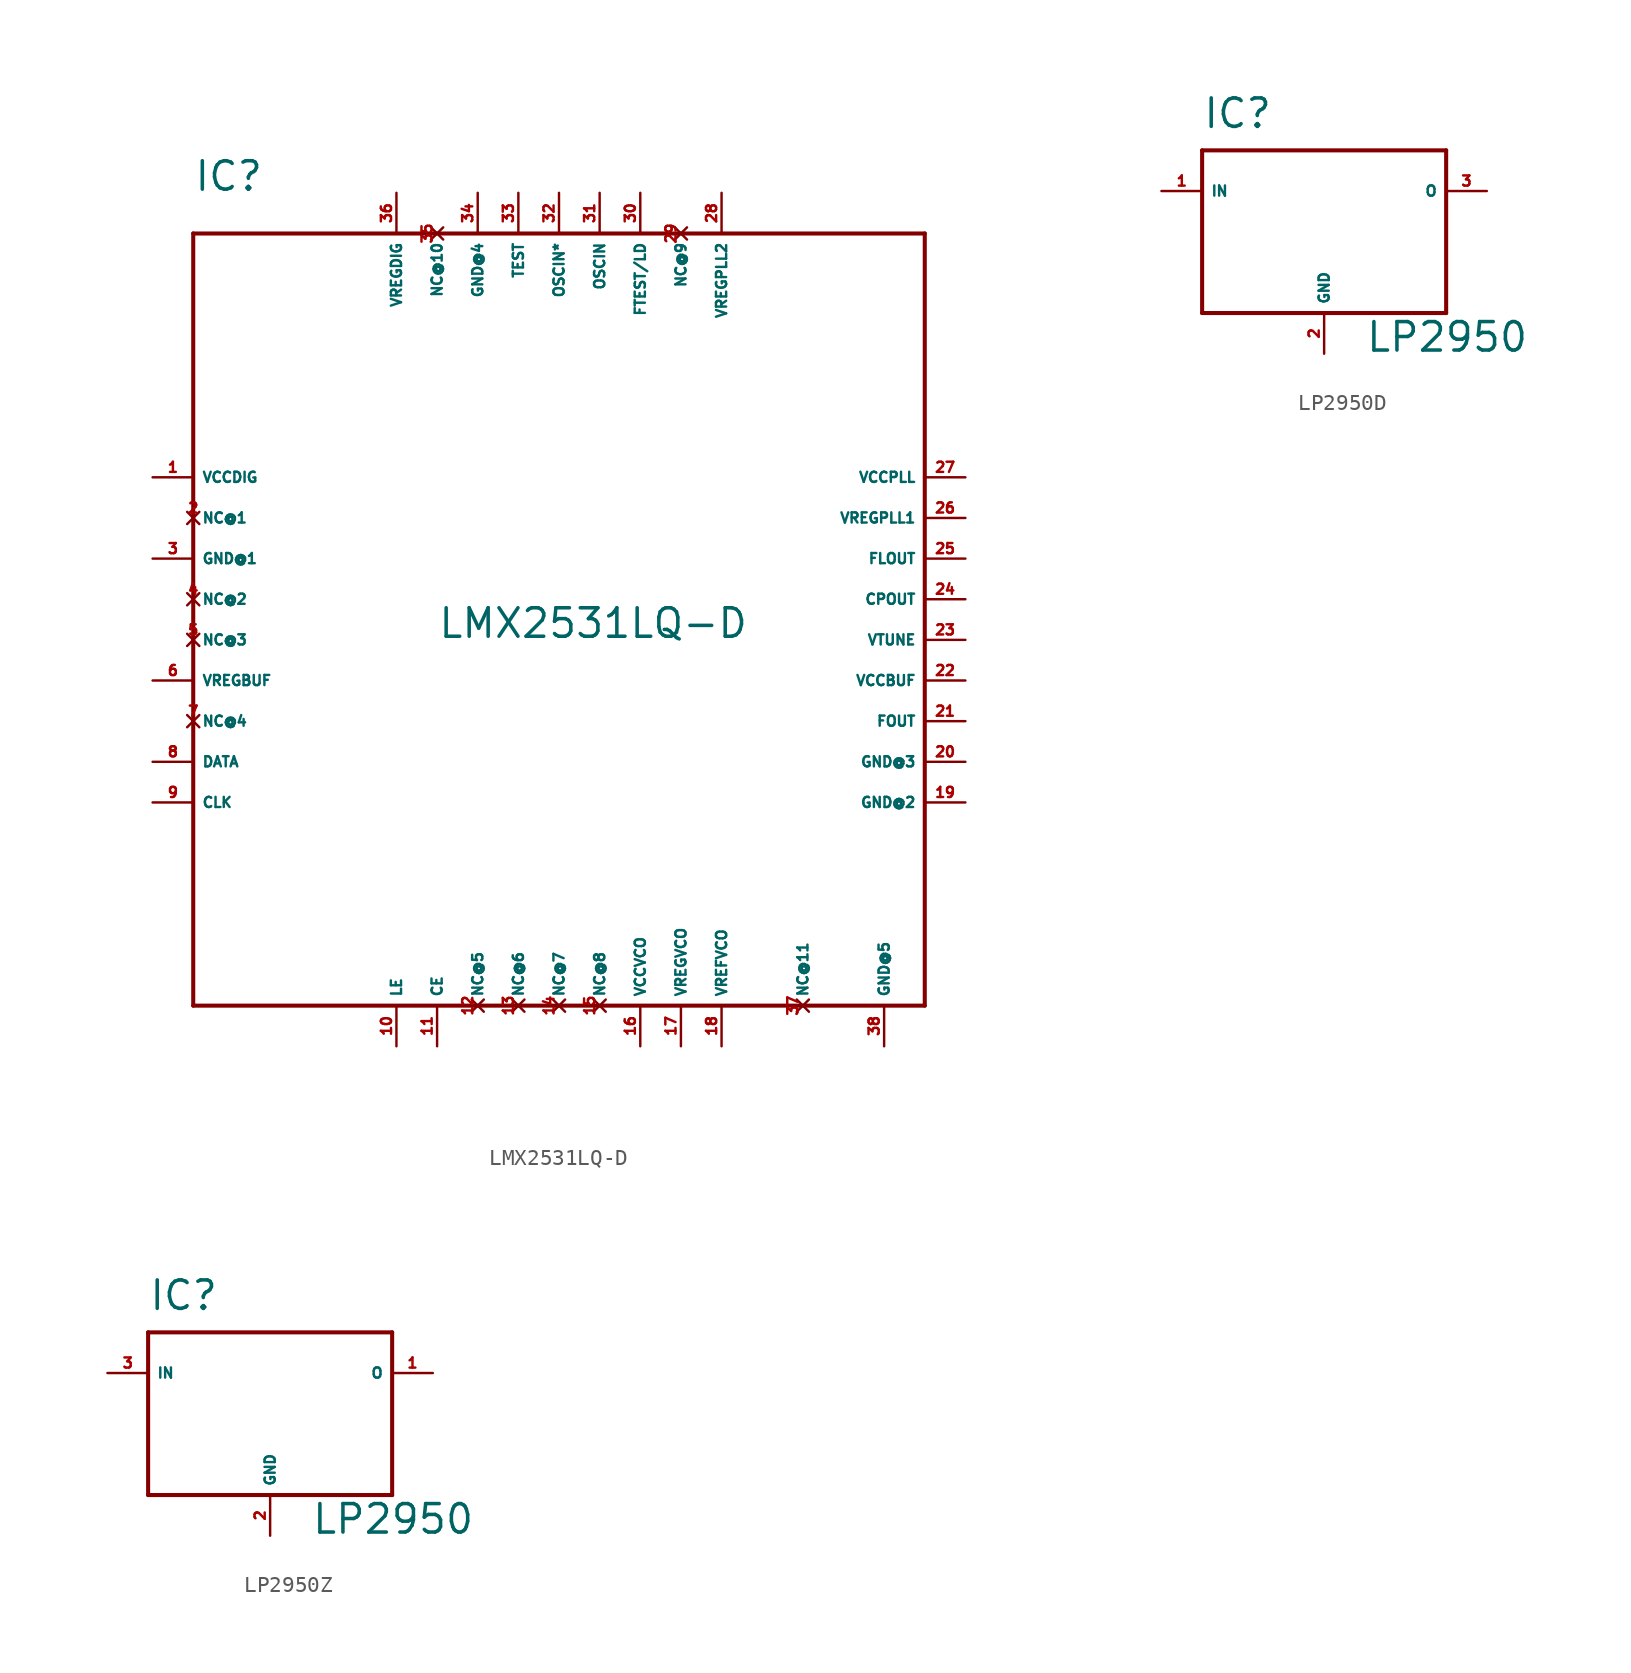
<source format=kicad_sym>
(kicad_symbol_lib
  (version 20220914)
  (generator Eagle2Kicad)
  (symbol "LMX2531LQ-D"
    (property "Reference" "IC"
      (at -22.86 27.94 0)
      (effects (font (size 1.778 1.778) (thickness 0.22)) (justify left bottom)))
    (property "Value" "LMX2531LQ-D"
      (at -7.62 0 0)
      (effects (font (size 1.778 1.778) (thickness 0.22)) (justify left bottom)))
    (polyline
      (pts (xy -22.86 25.4) (xy 22.86 25.4))
      (stroke (width 0.254) (type default))
      (fill (type none)))
    (polyline
      (pts (xy 22.86 25.4) (xy 22.86 -22.86))
      (stroke (width 0.254) (type default))
      (fill (type none)))
    (polyline
      (pts (xy 22.86 -22.86) (xy -22.86 -22.86))
      (stroke (width 0.254) (type default))
      (fill (type none)))
    (polyline
      (pts (xy -22.86 -22.86) (xy -22.86 25.4))
      (stroke (width 0.254) (type default))
      (fill (type none)))
    (pin unspecified line
      (at -25.4 10.16 0)
      (length 2.54)
      (name "VCCDIG" (effects (font (size 0.635 0.635) (thickness 0.08)) (justify left bottom)))
      (number "1" (effects (font (size 0.635 0.635) (thickness 0.08)) (justify left bottom))))
    (pin no_connect line
      (at -22.86 7.62 0)
      (length 0)
      (name "NC@1" (effects (font (size 0.635 0.635) (thickness 0.08)) (justify left bottom) hide))
      (number "2" (effects (font (size 0.635 0.635) (thickness 0.08)) (justify left bottom) hide)))
    (pin no_connect line
      (at -22.86 2.54 0)
      (length 0)
      (name "NC@2" (effects (font (size 0.635 0.635) (thickness 0.08)) (justify left bottom) hide))
      (number "4" (effects (font (size 0.635 0.635) (thickness 0.08)) (justify left bottom) hide)))
    (pin no_connect line
      (at -22.86 0 0)
      (length 0)
      (name "NC@3" (effects (font (size 0.635 0.635) (thickness 0.08)) (justify left bottom) hide))
      (number "5" (effects (font (size 0.635 0.635) (thickness 0.08)) (justify left bottom) hide)))
    (pin no_connect line
      (at -22.86 -5.08 0)
      (length 0)
      (name "NC@4" (effects (font (size 0.635 0.635) (thickness 0.08)) (justify left bottom) hide))
      (number "7" (effects (font (size 0.635 0.635) (thickness 0.08)) (justify left bottom) hide)))
    (pin no_connect line
      (at -5.08 -22.86 90)
      (length 0)
      (name "NC@5" (effects (font (size 0.635 0.635) (thickness 0.08)) (justify left bottom) hide))
      (number "12" (effects (font (size 0.635 0.635) (thickness 0.08)) (justify left bottom) hide)))
    (pin no_connect line
      (at -2.54 -22.86 90)
      (length 0)
      (name "NC@6" (effects (font (size 0.635 0.635) (thickness 0.08)) (justify left bottom) hide))
      (number "13" (effects (font (size 0.635 0.635) (thickness 0.08)) (justify left bottom) hide)))
    (pin no_connect line
      (at 0 -22.86 90)
      (length 0)
      (name "NC@7" (effects (font (size 0.635 0.635) (thickness 0.08)) (justify left bottom) hide))
      (number "14" (effects (font (size 0.635 0.635) (thickness 0.08)) (justify left bottom) hide)))
    (pin no_connect line
      (at 2.54 -22.86 90)
      (length 0)
      (name "NC@8" (effects (font (size 0.635 0.635) (thickness 0.08)) (justify left bottom) hide))
      (number "15" (effects (font (size 0.635 0.635) (thickness 0.08)) (justify left bottom) hide)))
    (pin no_connect line
      (at 7.62 25.4 270)
      (length 0)
      (name "NC@9" (effects (font (size 0.635 0.635) (thickness 0.08)) (justify left bottom) hide))
      (number "29" (effects (font (size 0.635 0.635) (thickness 0.08)) (justify left bottom) hide)))
    (pin no_connect line
      (at -7.62 25.4 270)
      (length 0)
      (name "NC@10" (effects (font (size 0.635 0.635) (thickness 0.08)) (justify left bottom) hide))
      (number "35" (effects (font (size 0.635 0.635) (thickness 0.08)) (justify left bottom) hide)))
    (pin unspecified line
      (at -25.4 5.08 0)
      (length 2.54)
      (name "GND@1" (effects (font (size 0.635 0.635) (thickness 0.08)) (justify left bottom)))
      (number "3" (effects (font (size 0.635 0.635) (thickness 0.08)) (justify left bottom))))
    (pin unspecified line
      (at 25.4 -10.16 180)
      (length 2.54)
      (name "GND@2" (effects (font (size 0.635 0.635) (thickness 0.08)) (justify left bottom)))
      (number "19" (effects (font (size 0.635 0.635) (thickness 0.08)) (justify left bottom))))
    (pin unspecified line
      (at 25.4 -7.62 180)
      (length 2.54)
      (name "GND@3" (effects (font (size 0.635 0.635) (thickness 0.08)) (justify left bottom)))
      (number "20" (effects (font (size 0.635 0.635) (thickness 0.08)) (justify left bottom))))
    (pin unspecified line
      (at -5.08 27.94 270)
      (length 2.54)
      (name "GND@4" (effects (font (size 0.635 0.635) (thickness 0.08)) (justify left bottom)))
      (number "34" (effects (font (size 0.635 0.635) (thickness 0.08)) (justify left bottom))))
    (pin input line
      (at -25.4 -2.54 0)
      (length 2.54)
      (name "VREGBUF" (effects (font (size 0.635 0.635) (thickness 0.08)) (justify left bottom)))
      (number "6" (effects (font (size 0.635 0.635) (thickness 0.08)) (justify left bottom))))
    (pin input line
      (at -25.4 -7.62 0)
      (length 2.54)
      (name "DATA" (effects (font (size 0.635 0.635) (thickness 0.08)) (justify left bottom)))
      (number "8" (effects (font (size 0.635 0.635) (thickness 0.08)) (justify left bottom))))
    (pin input line
      (at -25.4 -10.16 0)
      (length 2.54)
      (name "CLK" (effects (font (size 0.635 0.635) (thickness 0.08)) (justify left bottom)))
      (number "9" (effects (font (size 0.635 0.635) (thickness 0.08)) (justify left bottom))))
    (pin input line
      (at -10.16 -25.4 90)
      (length 2.54)
      (name "LE" (effects (font (size 0.635 0.635) (thickness 0.08)) (justify left bottom)))
      (number "10" (effects (font (size 0.635 0.635) (thickness 0.08)) (justify left bottom))))
    (pin input line
      (at -7.62 -25.4 90)
      (length 2.54)
      (name "CE" (effects (font (size 0.635 0.635) (thickness 0.08)) (justify left bottom)))
      (number "11" (effects (font (size 0.635 0.635) (thickness 0.08)) (justify left bottom))))
    (pin input line
      (at 5.08 -25.4 90)
      (length 2.54)
      (name "VCCVCO" (effects (font (size 0.635 0.635) (thickness 0.08)) (justify left bottom)))
      (number "16" (effects (font (size 0.635 0.635) (thickness 0.08)) (justify left bottom))))
    (pin passive line
      (at 7.62 -25.4 90)
      (length 2.54)
      (name "VREGVCO" (effects (font (size 0.635 0.635) (thickness 0.08)) (justify left bottom)))
      (number "17" (effects (font (size 0.635 0.635) (thickness 0.08)) (justify left bottom))))
    (pin passive line
      (at 10.16 -25.4 90)
      (length 2.54)
      (name "VREFVCO" (effects (font (size 0.635 0.635) (thickness 0.08)) (justify left bottom)))
      (number "18" (effects (font (size 0.635 0.635) (thickness 0.08)) (justify left bottom))))
    (pin output line
      (at 25.4 -5.08 180)
      (length 2.54)
      (name "FOUT" (effects (font (size 0.635 0.635) (thickness 0.08)) (justify left bottom)))
      (number "21" (effects (font (size 0.635 0.635) (thickness 0.08)) (justify left bottom))))
    (pin input line
      (at 25.4 -2.54 180)
      (length 2.54)
      (name "VCCBUF" (effects (font (size 0.635 0.635) (thickness 0.08)) (justify left bottom)))
      (number "22" (effects (font (size 0.635 0.635) (thickness 0.08)) (justify left bottom))))
    (pin input line
      (at 25.4 0 180)
      (length 2.54)
      (name "VTUNE" (effects (font (size 0.635 0.635) (thickness 0.08)) (justify left bottom)))
      (number "23" (effects (font (size 0.635 0.635) (thickness 0.08)) (justify left bottom))))
    (pin output line
      (at 25.4 2.54 180)
      (length 2.54)
      (name "CPOUT" (effects (font (size 0.635 0.635) (thickness 0.08)) (justify left bottom)))
      (number "24" (effects (font (size 0.635 0.635) (thickness 0.08)) (justify left bottom))))
    (pin output line
      (at 25.4 5.08 180)
      (length 2.54)
      (name "FLOUT" (effects (font (size 0.635 0.635) (thickness 0.08)) (justify left bottom)))
      (number "25" (effects (font (size 0.635 0.635) (thickness 0.08)) (justify left bottom))))
    (pin passive line
      (at 25.4 7.62 180)
      (length 2.54)
      (name "VREGPLL1" (effects (font (size 0.635 0.635) (thickness 0.08)) (justify left bottom)))
      (number "26" (effects (font (size 0.635 0.635) (thickness 0.08)) (justify left bottom))))
    (pin input line
      (at 25.4 10.16 180)
      (length 2.54)
      (name "VCCPLL" (effects (font (size 0.635 0.635) (thickness 0.08)) (justify left bottom)))
      (number "27" (effects (font (size 0.635 0.635) (thickness 0.08)) (justify left bottom))))
    (pin passive line
      (at 10.16 27.94 270)
      (length 2.54)
      (name "VREGPLL2" (effects (font (size 0.635 0.635) (thickness 0.08)) (justify left bottom)))
      (number "28" (effects (font (size 0.635 0.635) (thickness 0.08)) (justify left bottom))))
    (pin output line
      (at 5.08 27.94 270)
      (length 2.54)
      (name "FTEST/LD" (effects (font (size 0.635 0.635) (thickness 0.08)) (justify left bottom)))
      (number "30" (effects (font (size 0.635 0.635) (thickness 0.08)) (justify left bottom))))
    (pin input line
      (at 2.54 27.94 270)
      (length 2.54)
      (name "OSCIN" (effects (font (size 0.635 0.635) (thickness 0.08)) (justify left bottom)))
      (number "31" (effects (font (size 0.635 0.635) (thickness 0.08)) (justify left bottom))))
    (pin input line
      (at 0 27.94 270)
      (length 2.54)
      (name "OSCIN*" (effects (font (size 0.635 0.635) (thickness 0.08)) (justify left bottom)))
      (number "32" (effects (font (size 0.635 0.635) (thickness 0.08)) (justify left bottom))))
    (pin input line
      (at -2.54 27.94 270)
      (length 2.54)
      (name "TEST" (effects (font (size 0.635 0.635) (thickness 0.08)) (justify left bottom)))
      (number "33" (effects (font (size 0.635 0.635) (thickness 0.08)) (justify left bottom))))
    (pin input line
      (at -10.16 27.94 270)
      (length 2.54)
      (name "VREGDIG" (effects (font (size 0.635 0.635) (thickness 0.08)) (justify left bottom)))
      (number "36" (effects (font (size 0.635 0.635) (thickness 0.08)) (justify left bottom))))
    (pin no_connect line
      (at 15.24 -22.86 90)
      (length 0)
      (name "NC@11" (effects (font (size 0.635 0.635) (thickness 0.08)) (justify left bottom) hide))
      (number "37" (effects (font (size 0.635 0.635) (thickness 0.08)) (justify left bottom) hide)))
    (pin unspecified line
      (at 20.32 -25.4 90)
      (length 2.54)
      (name "GND@5" (effects (font (size 0.635 0.635) (thickness 0.08)) (justify left bottom)))
      (number "38" (effects (font (size 0.635 0.635) (thickness 0.08)) (justify left bottom)))))
  (symbol "LP2950D"
    (property "Reference" "IC"
      (at -7.62 8.89 0)
      (effects (font (size 1.778 1.778) (thickness 0.22)) (justify left bottom)))
    (property "Value" "LP2950"
      (at 2.54 -5.08 0)
      (effects (font (size 1.778 1.778) (thickness 0.22)) (justify left bottom)))
    (polyline
      (pts (xy -7.62 7.62) (xy 7.62 7.62))
      (stroke (width 0.254) (type default))
      (fill (type none)))
    (polyline
      (pts (xy 7.62 7.62) (xy 7.62 -2.54))
      (stroke (width 0.254) (type default))
      (fill (type none)))
    (polyline
      (pts (xy 7.62 -2.54) (xy -7.62 -2.54))
      (stroke (width 0.254) (type default))
      (fill (type none)))
    (polyline
      (pts (xy -7.62 -2.54) (xy -7.62 7.62))
      (stroke (width 0.254) (type default))
      (fill (type none)))
    (pin input line
      (at -10.16 5.08 0)
      (length 2.54)
      (name "IN" (effects (font (size 0.635 0.635) (thickness 0.08)) (justify left bottom)))
      (number "1" (effects (font (size 0.635 0.635) (thickness 0.08)) (justify left bottom))))
    (pin unspecified line
      (at 0 -5.08 90)
      (length 2.54)
      (name "GND" (effects (font (size 0.635 0.635) (thickness 0.08)) (justify left bottom)))
      (number "2" (effects (font (size 0.635 0.635) (thickness 0.08)) (justify left bottom))))
    (pin output line
      (at 10.16 5.08 180)
      (length 2.54)
      (name "O" (effects (font (size 0.635 0.635) (thickness 0.08)) (justify left bottom)))
      (number "3" (effects (font (size 0.635 0.635) (thickness 0.08)) (justify left bottom)))))
  (symbol "LP2950Z"
    (property "Reference" "IC"
      (at -7.62 8.89 0)
      (effects (font (size 1.778 1.778) (thickness 0.22)) (justify left bottom)))
    (property "Value" "LP2950"
      (at 2.54 -5.08 0)
      (effects (font (size 1.778 1.778) (thickness 0.22)) (justify left bottom)))
    (polyline
      (pts (xy -7.62 7.62) (xy 7.62 7.62))
      (stroke (width 0.254) (type default))
      (fill (type none)))
    (polyline
      (pts (xy 7.62 7.62) (xy 7.62 -2.54))
      (stroke (width 0.254) (type default))
      (fill (type none)))
    (polyline
      (pts (xy 7.62 -2.54) (xy -7.62 -2.54))
      (stroke (width 0.254) (type default))
      (fill (type none)))
    (polyline
      (pts (xy -7.62 -2.54) (xy -7.62 7.62))
      (stroke (width 0.254) (type default))
      (fill (type none)))
    (pin input line
      (at -10.16 5.08 0)
      (length 2.54)
      (name "IN" (effects (font (size 0.635 0.635) (thickness 0.08)) (justify left bottom)))
      (number "3" (effects (font (size 0.635 0.635) (thickness 0.08)) (justify left bottom))))
    (pin unspecified line
      (at 0 -5.08 90)
      (length 2.54)
      (name "GND" (effects (font (size 0.635 0.635) (thickness 0.08)) (justify left bottom)))
      (number "2" (effects (font (size 0.635 0.635) (thickness 0.08)) (justify left bottom))))
    (pin output line
      (at 10.16 5.08 180)
      (length 2.54)
      (name "O" (effects (font (size 0.635 0.635) (thickness 0.08)) (justify left bottom)))
      (number "1" (effects (font (size 0.635 0.635) (thickness 0.08)) (justify left bottom))))))
</source>
